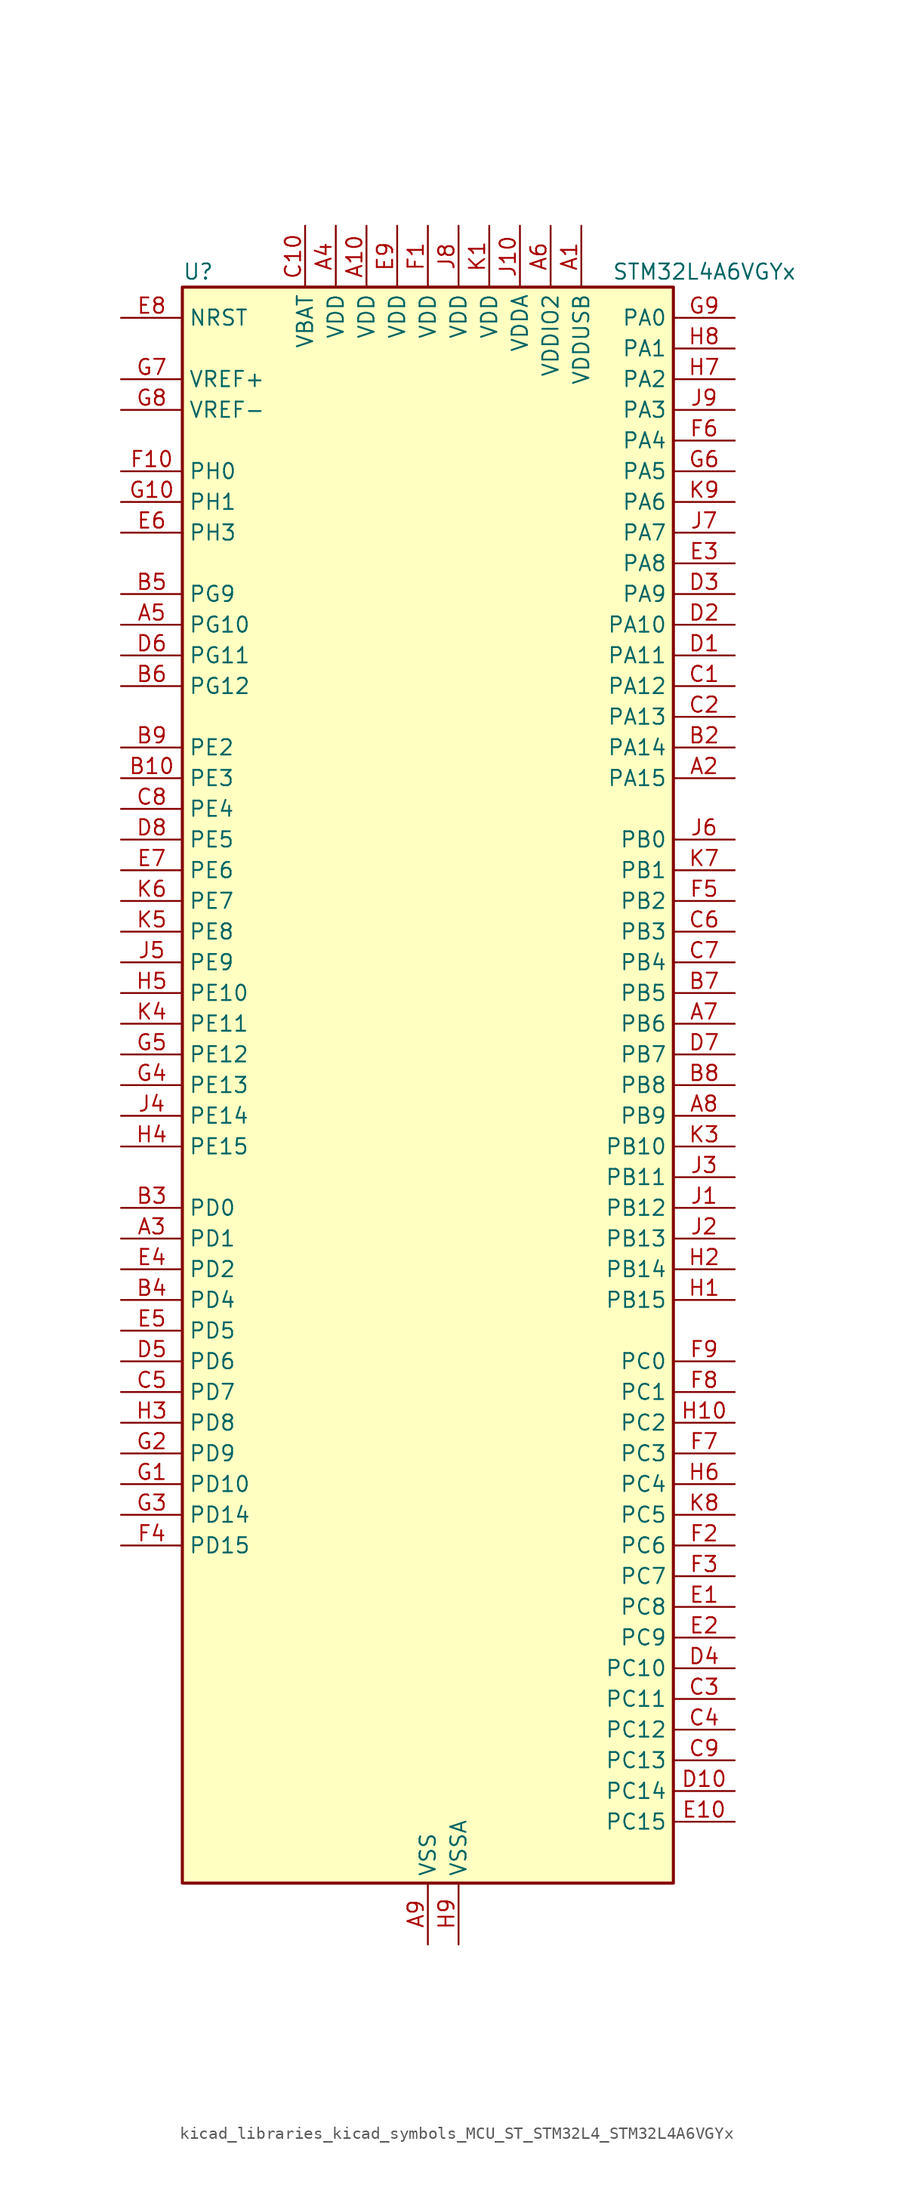
<source format=kicad_sym>
(kicad_symbol_lib
  (version 20220914)
  (generator kicad_symbol_editor)
  (symbol "kicad_libraries_kicad_symbols_MCU_ST_STM32L4_STM32L4A6VGYx"
    (property "Reference" "U"
      (at -20.32 67.31 0)
      (effects (font (size 1.27 1.27)) (justify left)))
    (property "Value" "STM32L4A6VGYx"
      (at 15.24 67.31 0)
      (effects (font (size 1.27 1.27)) (justify left)))
    (property "ki_locked" ""
      (at 0 0 0)
      (effects (font (size 1.27 1.27))))
    (symbol "kicad_libraries_kicad_symbols_MCU_ST_STM32L4_STM32L4A6VGYx_0_1"
      (rectangle (start -20.32 -66.04) (end 20.32 66.04) (stroke (width 0.254) (type default)) (fill (type background))))
    (symbol "kicad_libraries_kicad_symbols_MCU_ST_STM32L4_STM32L4A6VGYx_1_1"
      (pin power_in line (at 12.7 71.12 270) (length 5.08) (name "VDDUSB" (effects (font (size 1.27 1.27)))) (number "A1" (effects (font (size 1.27 1.27)))))
      (pin power_in line (at -5.08 71.12 270) (length 5.08) (name "VDD" (effects (font (size 1.27 1.27)))) (number "A10" (effects (font (size 1.27 1.27)))))
      (pin bidirectional line (at 25.4 25.4 180) (length 5.08) (name "PA15" (effects (font (size 1.27 1.27)))) (number "A2" (effects (font (size 1.27 1.27)))) (alternate "ADC1_EXTI15" bidirectional line) (alternate "ADC2_EXTI15" bidirectional line) (alternate "ADC3_EXTI15" bidirectional line) (alternate "LCD_SEG17" bidirectional line) (alternate "SAI2_FS_B" bidirectional line) (alternate "SPI1_NSS" bidirectional line) (alternate "SPI3_NSS" bidirectional line) (alternate "SWPMI1_SUSPEND" bidirectional line) (alternate "SYS_JTDI" bidirectional line) (alternate "TIM2_CH1" bidirectional line) (alternate "TIM2_ETR" bidirectional line) (alternate "TSC_G3_IO1" bidirectional line) (alternate "UART4_DE" bidirectional line) (alternate "UART4_RTS" bidirectional line) (alternate "USART2_RX" bidirectional line) (alternate "USART3_DE" bidirectional line) (alternate "USART3_RTS" bidirectional line))
      (pin bidirectional line (at -25.4 -12.7 0) (length 5.08) (name "PD1" (effects (font (size 1.27 1.27)))) (number "A3" (effects (font (size 1.27 1.27)))) (alternate "CAN1_TX" bidirectional line) (alternate "DFSDM1_CKIN7" bidirectional line) (alternate "FMC_D3" bidirectional line) (alternate "FMC_DA3" bidirectional line) (alternate "SPI2_SCK" bidirectional line))
      (pin power_in line (at -7.62 71.12 270) (length 5.08) (name "VDD" (effects (font (size 1.27 1.27)))) (number "A4" (effects (font (size 1.27 1.27)))))
      (pin bidirectional line (at -25.4 38.1 0) (length 5.08) (name "PG10" (effects (font (size 1.27 1.27)))) (number "A5" (effects (font (size 1.27 1.27)))) (alternate "LPTIM1_IN1" bidirectional line) (alternate "SAI2_FS_A" bidirectional line) (alternate "SPI3_MISO" bidirectional line) (alternate "TIM15_CH1" bidirectional line) (alternate "USART1_RX" bidirectional line))
      (pin power_in line (at 10.16 71.12 270) (length 5.08) (name "VDDIO2" (effects (font (size 1.27 1.27)))) (number "A6" (effects (font (size 1.27 1.27)))))
      (pin bidirectional line (at 25.4 5.08 180) (length 5.08) (name "PB6" (effects (font (size 1.27 1.27)))) (number "A7" (effects (font (size 1.27 1.27)))) (alternate "CAN2_TX" bidirectional line) (alternate "COMP2_INP" bidirectional line) (alternate "DCMI_D5" bidirectional line) (alternate "DFSDM1_DATIN5" bidirectional line) (alternate "I2C1_SCL" bidirectional line) (alternate "I2C4_SCL" bidirectional line) (alternate "LPTIM1_ETR" bidirectional line) (alternate "SAI1_FS_B" bidirectional line) (alternate "TIM16_CH1N" bidirectional line) (alternate "TIM4_CH1" bidirectional line) (alternate "TIM8_BKIN2" bidirectional line) (alternate "TIM8_BKIN2_COMP2" bidirectional line) (alternate "TSC_G2_IO3" bidirectional line) (alternate "USART1_TX" bidirectional line))
      (pin bidirectional line (at 25.4 -2.54 180) (length 5.08) (name "PB9" (effects (font (size 1.27 1.27)))) (number "A8" (effects (font (size 1.27 1.27)))) (alternate "CAN1_TX" bidirectional line) (alternate "DAC1_EXTI9" bidirectional line) (alternate "DCMI_D7" bidirectional line) (alternate "DFSDM1_CKIN6" bidirectional line) (alternate "I2C1_SDA" bidirectional line) (alternate "IR_OUT" bidirectional line) (alternate "LCD_COM3" bidirectional line) (alternate "SAI1_FS_A" bidirectional line) (alternate "SDMMC1_D5" bidirectional line) (alternate "SPI2_NSS" bidirectional line) (alternate "TIM17_CH1" bidirectional line) (alternate "TIM4_CH4" bidirectional line))
      (pin power_in line (at 0 -71.12 90) (length 5.08) (name "VSS" (effects (font (size 1.27 1.27)))) (number "A9" (effects (font (size 1.27 1.27)))))
      (pin passive line (at 0 -71.12 90) (length 5.08) hide (name "VSS" (effects (font (size 1.27 1.27)))) (number "B1" (effects (font (size 1.27 1.27)))))
      (pin bidirectional line (at -25.4 25.4 0) (length 5.08) (name "PE3" (effects (font (size 1.27 1.27)))) (number "B10" (effects (font (size 1.27 1.27)))) (alternate "FMC_A19" bidirectional line) (alternate "LCD_SEG39" bidirectional line) (alternate "SAI1_SD_B" bidirectional line) (alternate "SYS_TRACED0" bidirectional line) (alternate "TIM3_CH1" bidirectional line) (alternate "TSC_G7_IO2" bidirectional line))
      (pin bidirectional line (at 25.4 27.94 180) (length 5.08) (name "PA14" (effects (font (size 1.27 1.27)))) (number "B2" (effects (font (size 1.27 1.27)))) (alternate "I2C1_SMBA" bidirectional line) (alternate "I2C4_SMBA" bidirectional line) (alternate "LPTIM1_OUT" bidirectional line) (alternate "SAI1_FS_B" bidirectional line) (alternate "SWPMI1_RX" bidirectional line) (alternate "SYS_JTCK-SWCLK" bidirectional line) (alternate "USB_OTG_FS_SOF" bidirectional line))
      (pin bidirectional line (at -25.4 -10.16 0) (length 5.08) (name "PD0" (effects (font (size 1.27 1.27)))) (number "B3" (effects (font (size 1.27 1.27)))) (alternate "CAN1_RX" bidirectional line) (alternate "DFSDM1_DATIN7" bidirectional line) (alternate "FMC_D2" bidirectional line) (alternate "FMC_DA2" bidirectional line) (alternate "SPI2_NSS" bidirectional line))
      (pin bidirectional line (at -25.4 -17.78 0) (length 5.08) (name "PD4" (effects (font (size 1.27 1.27)))) (number "B4" (effects (font (size 1.27 1.27)))) (alternate "DFSDM1_CKIN0" bidirectional line) (alternate "FMC_NOE" bidirectional line) (alternate "QUADSPI_BK2_IO0" bidirectional line) (alternate "SPI2_MOSI" bidirectional line) (alternate "USART2_DE" bidirectional line) (alternate "USART2_RTS" bidirectional line))
      (pin bidirectional line (at -25.4 40.64 0) (length 5.08) (name "PG9" (effects (font (size 1.27 1.27)))) (number "B5" (effects (font (size 1.27 1.27)))) (alternate "DAC1_EXTI9" bidirectional line) (alternate "FMC_NCE" bidirectional line) (alternate "SAI2_SCK_A" bidirectional line) (alternate "SPI3_SCK" bidirectional line) (alternate "TIM15_CH1N" bidirectional line) (alternate "USART1_TX" bidirectional line))
      (pin bidirectional line (at -25.4 33.02 0) (length 5.08) (name "PG12" (effects (font (size 1.27 1.27)))) (number "B6" (effects (font (size 1.27 1.27)))) (alternate "LPTIM1_ETR" bidirectional line) (alternate "SAI2_SD_A" bidirectional line) (alternate "SPI3_NSS" bidirectional line) (alternate "USART1_DE" bidirectional line) (alternate "USART1_RTS" bidirectional line))
      (pin bidirectional line (at 25.4 7.62 180) (length 5.08) (name "PB5" (effects (font (size 1.27 1.27)))) (number "B7" (effects (font (size 1.27 1.27)))) (alternate "CAN2_RX" bidirectional line) (alternate "COMP2_OUT" bidirectional line) (alternate "DCMI_D10" bidirectional line) (alternate "I2C1_SMBA" bidirectional line) (alternate "LCD_SEG9" bidirectional line) (alternate "LPTIM1_IN1" bidirectional line) (alternate "SAI1_SD_B" bidirectional line) (alternate "SPI1_MOSI" bidirectional line) (alternate "SPI3_MOSI" bidirectional line) (alternate "TIM16_BKIN" bidirectional line) (alternate "TIM3_CH2" bidirectional line) (alternate "TSC_G2_IO2" bidirectional line) (alternate "UART5_CTS" bidirectional line) (alternate "USART1_CK" bidirectional line))
      (pin bidirectional line (at 25.4 0 180) (length 5.08) (name "PB8" (effects (font (size 1.27 1.27)))) (number "B8" (effects (font (size 1.27 1.27)))) (alternate "CAN1_RX" bidirectional line) (alternate "DCMI_D6" bidirectional line) (alternate "DFSDM1_DATIN6" bidirectional line) (alternate "I2C1_SCL" bidirectional line) (alternate "LCD_SEG16" bidirectional line) (alternate "SAI1_MCLK_A" bidirectional line) (alternate "SDMMC1_D4" bidirectional line) (alternate "TIM16_CH1" bidirectional line) (alternate "TIM4_CH3" bidirectional line))
      (pin bidirectional line (at -25.4 27.94 0) (length 5.08) (name "PE2" (effects (font (size 1.27 1.27)))) (number "B9" (effects (font (size 1.27 1.27)))) (alternate "FMC_A23" bidirectional line) (alternate "LCD_SEG38" bidirectional line) (alternate "SAI1_MCLK_A" bidirectional line) (alternate "SYS_TRACECLK" bidirectional line) (alternate "TIM3_ETR" bidirectional line) (alternate "TSC_G7_IO1" bidirectional line))
      (pin bidirectional line (at 25.4 33.02 180) (length 5.08) (name "PA12" (effects (font (size 1.27 1.27)))) (number "C1" (effects (font (size 1.27 1.27)))) (alternate "CAN1_TX" bidirectional line) (alternate "SPI1_MOSI" bidirectional line) (alternate "TIM1_ETR" bidirectional line) (alternate "USART1_DE" bidirectional line) (alternate "USART1_RTS" bidirectional line) (alternate "USB_OTG_FS_DP" bidirectional line))
      (pin power_in line (at -10.16 71.12 270) (length 5.08) (name "VBAT" (effects (font (size 1.27 1.27)))) (number "C10" (effects (font (size 1.27 1.27)))))
      (pin bidirectional line (at 25.4 30.48 180) (length 5.08) (name "PA13" (effects (font (size 1.27 1.27)))) (number "C2" (effects (font (size 1.27 1.27)))) (alternate "IR_OUT" bidirectional line) (alternate "SAI1_SD_B" bidirectional line) (alternate "SWPMI1_TX" bidirectional line) (alternate "SYS_JTMS-SWDIO" bidirectional line) (alternate "USB_OTG_FS_NOE" bidirectional line))
      (pin bidirectional line (at 25.4 -50.8 180) (length 5.08) (name "PC11" (effects (font (size 1.27 1.27)))) (number "C3" (effects (font (size 1.27 1.27)))) (alternate "ADC1_EXTI11" bidirectional line) (alternate "ADC2_EXTI11" bidirectional line) (alternate "ADC3_EXTI11" bidirectional line) (alternate "DCMI_D4" bidirectional line) (alternate "LCD_COM5" bidirectional line) (alternate "LCD_SEG29" bidirectional line) (alternate "LCD_SEG41" bidirectional line) (alternate "QUADSPI_BK2_NCS" bidirectional line) (alternate "SAI2_MCLK_B" bidirectional line) (alternate "SDMMC1_D3" bidirectional line) (alternate "SPI3_MISO" bidirectional line) (alternate "TSC_G3_IO3" bidirectional line) (alternate "UART4_RX" bidirectional line) (alternate "USART3_RX" bidirectional line))
      (pin bidirectional line (at 25.4 -53.34 180) (length 5.08) (name "PC12" (effects (font (size 1.27 1.27)))) (number "C4" (effects (font (size 1.27 1.27)))) (alternate "DCMI_D9" bidirectional line) (alternate "LCD_COM6" bidirectional line) (alternate "LCD_SEG30" bidirectional line) (alternate "LCD_SEG42" bidirectional line) (alternate "SAI2_SD_B" bidirectional line) (alternate "SDMMC1_CK" bidirectional line) (alternate "SPI3_MOSI" bidirectional line) (alternate "SYS_TRACED3" bidirectional line) (alternate "TSC_G3_IO4" bidirectional line) (alternate "UART5_TX" bidirectional line) (alternate "USART3_CK" bidirectional line))
      (pin bidirectional line (at -25.4 -25.4 0) (length 5.08) (name "PD7" (effects (font (size 1.27 1.27)))) (number "C5" (effects (font (size 1.27 1.27)))) (alternate "DFSDM1_CKIN1" bidirectional line) (alternate "FMC_NE1" bidirectional line) (alternate "QUADSPI_BK2_IO3" bidirectional line) (alternate "USART2_CK" bidirectional line))
      (pin bidirectional line (at 25.4 12.7 180) (length 5.08) (name "PB3" (effects (font (size 1.27 1.27)))) (number "C6" (effects (font (size 1.27 1.27)))) (alternate "COMP2_INM" bidirectional line) (alternate "CRS_SYNC" bidirectional line) (alternate "LCD_SEG7" bidirectional line) (alternate "SAI1_SCK_B" bidirectional line) (alternate "SPI1_SCK" bidirectional line) (alternate "SPI3_SCK" bidirectional line) (alternate "SYS_JTDO-SWO" bidirectional line) (alternate "TIM2_CH2" bidirectional line) (alternate "USART1_DE" bidirectional line) (alternate "USART1_RTS" bidirectional line))
      (pin bidirectional line (at 25.4 10.16 180) (length 5.08) (name "PB4" (effects (font (size 1.27 1.27)))) (number "C7" (effects (font (size 1.27 1.27)))) (alternate "COMP2_INP" bidirectional line) (alternate "DCMI_D12" bidirectional line) (alternate "I2C3_SDA" bidirectional line) (alternate "LCD_SEG8" bidirectional line) (alternate "SAI1_MCLK_B" bidirectional line) (alternate "SPI1_MISO" bidirectional line) (alternate "SPI3_MISO" bidirectional line) (alternate "SYS_JTRST" bidirectional line) (alternate "TIM17_BKIN" bidirectional line) (alternate "TIM3_CH1" bidirectional line) (alternate "TSC_G2_IO1" bidirectional line) (alternate "UART5_DE" bidirectional line) (alternate "UART5_RTS" bidirectional line) (alternate "USART1_CTS" bidirectional line))
      (pin bidirectional line (at -25.4 22.86 0) (length 5.08) (name "PE4" (effects (font (size 1.27 1.27)))) (number "C8" (effects (font (size 1.27 1.27)))) (alternate "DCMI_D4" bidirectional line) (alternate "DFSDM1_DATIN3" bidirectional line) (alternate "FMC_A20" bidirectional line) (alternate "SAI1_FS_A" bidirectional line) (alternate "SYS_TRACED1" bidirectional line) (alternate "TIM3_CH2" bidirectional line) (alternate "TSC_G7_IO3" bidirectional line))
      (pin bidirectional line (at 25.4 -55.88 180) (length 5.08) (name "PC13" (effects (font (size 1.27 1.27)))) (number "C9" (effects (font (size 1.27 1.27)))) (alternate "RTC_OUT_ALARM" bidirectional line) (alternate "RTC_OUT_CALIB" bidirectional line) (alternate "RTC_TAMP1" bidirectional line) (alternate "RTC_TS" bidirectional line) (alternate "SYS_WKUP2" bidirectional line))
      (pin bidirectional line (at 25.4 35.56 180) (length 5.08) (name "PA11" (effects (font (size 1.27 1.27)))) (number "D1" (effects (font (size 1.27 1.27)))) (alternate "ADC1_EXTI11" bidirectional line) (alternate "ADC2_EXTI11" bidirectional line) (alternate "ADC3_EXTI11" bidirectional line) (alternate "CAN1_RX" bidirectional line) (alternate "SPI1_MISO" bidirectional line) (alternate "TIM1_BKIN2" bidirectional line) (alternate "TIM1_BKIN2_COMP1" bidirectional line) (alternate "TIM1_CH4" bidirectional line) (alternate "USART1_CTS" bidirectional line) (alternate "USB_OTG_FS_DM" bidirectional line))
      (pin bidirectional line (at 25.4 -58.42 180) (length 5.08) (name "PC14" (effects (font (size 1.27 1.27)))) (number "D10" (effects (font (size 1.27 1.27)))) (alternate "RCC_OSC32_IN" bidirectional line))
      (pin bidirectional line (at 25.4 38.1 180) (length 5.08) (name "PA10" (effects (font (size 1.27 1.27)))) (number "D2" (effects (font (size 1.27 1.27)))) (alternate "DCMI_D1" bidirectional line) (alternate "LCD_COM2" bidirectional line) (alternate "SAI1_SD_A" bidirectional line) (alternate "TIM17_BKIN" bidirectional line) (alternate "TIM1_CH3" bidirectional line) (alternate "USART1_RX" bidirectional line) (alternate "USB_OTG_FS_ID" bidirectional line))
      (pin bidirectional line (at 25.4 40.64 180) (length 5.08) (name "PA9" (effects (font (size 1.27 1.27)))) (number "D3" (effects (font (size 1.27 1.27)))) (alternate "DAC1_EXTI9" bidirectional line) (alternate "DCMI_D0" bidirectional line) (alternate "LCD_COM1" bidirectional line) (alternate "SAI1_FS_A" bidirectional line) (alternate "SPI2_SCK" bidirectional line) (alternate "TIM15_BKIN" bidirectional line) (alternate "TIM1_CH2" bidirectional line) (alternate "USART1_TX" bidirectional line) (alternate "USB_OTG_FS_VBUS" bidirectional line))
      (pin bidirectional line (at 25.4 -48.26 180) (length 5.08) (name "PC10" (effects (font (size 1.27 1.27)))) (number "D4" (effects (font (size 1.27 1.27)))) (alternate "DCMI_D8" bidirectional line) (alternate "LCD_COM4" bidirectional line) (alternate "LCD_SEG28" bidirectional line) (alternate "LCD_SEG40" bidirectional line) (alternate "SAI2_SCK_B" bidirectional line) (alternate "SDMMC1_D2" bidirectional line) (alternate "SPI3_SCK" bidirectional line) (alternate "SYS_TRACED1" bidirectional line) (alternate "TSC_G3_IO2" bidirectional line) (alternate "UART4_TX" bidirectional line) (alternate "USART3_TX" bidirectional line))
      (pin bidirectional line (at -25.4 -22.86 0) (length 5.08) (name "PD6" (effects (font (size 1.27 1.27)))) (number "D5" (effects (font (size 1.27 1.27)))) (alternate "DCMI_D10" bidirectional line) (alternate "DFSDM1_DATIN1" bidirectional line) (alternate "FMC_NWAIT" bidirectional line) (alternate "QUADSPI_BK2_IO1" bidirectional line) (alternate "QUADSPI_BK2_IO2" bidirectional line) (alternate "SAI1_SD_A" bidirectional line) (alternate "USART2_RX" bidirectional line))
      (pin bidirectional line (at -25.4 35.56 0) (length 5.08) (name "PG11" (effects (font (size 1.27 1.27)))) (number "D6" (effects (font (size 1.27 1.27)))) (alternate "ADC1_EXTI11" bidirectional line) (alternate "ADC2_EXTI11" bidirectional line) (alternate "ADC3_EXTI11" bidirectional line) (alternate "LPTIM1_IN2" bidirectional line) (alternate "SAI2_MCLK_A" bidirectional line) (alternate "SPI3_MOSI" bidirectional line) (alternate "TIM15_CH2" bidirectional line) (alternate "USART1_CTS" bidirectional line))
      (pin bidirectional line (at 25.4 2.54 180) (length 5.08) (name "PB7" (effects (font (size 1.27 1.27)))) (number "D7" (effects (font (size 1.27 1.27)))) (alternate "COMP2_INM" bidirectional line) (alternate "DCMI_VSYNC" bidirectional line) (alternate "DFSDM1_CKIN5" bidirectional line) (alternate "FMC_NL" bidirectional line) (alternate "I2C1_SDA" bidirectional line) (alternate "I2C4_SDA" bidirectional line) (alternate "LCD_SEG21" bidirectional line) (alternate "LPTIM1_IN2" bidirectional line) (alternate "SYS_PVD_IN" bidirectional line) (alternate "TIM17_CH1N" bidirectional line) (alternate "TIM4_CH2" bidirectional line) (alternate "TIM8_BKIN" bidirectional line) (alternate "TIM8_BKIN_COMP1" bidirectional line) (alternate "TSC_G2_IO4" bidirectional line) (alternate "UART4_CTS" bidirectional line) (alternate "USART1_RX" bidirectional line))
      (pin bidirectional line (at -25.4 20.32 0) (length 5.08) (name "PE5" (effects (font (size 1.27 1.27)))) (number "D8" (effects (font (size 1.27 1.27)))) (alternate "DCMI_D6" bidirectional line) (alternate "DFSDM1_CKIN3" bidirectional line) (alternate "FMC_A21" bidirectional line) (alternate "SAI1_SCK_A" bidirectional line) (alternate "SYS_TRACED2" bidirectional line) (alternate "TIM3_CH3" bidirectional line) (alternate "TSC_G7_IO4" bidirectional line))
      (pin passive line (at 0 -71.12 90) (length 5.08) hide (name "VSS" (effects (font (size 1.27 1.27)))) (number "D9" (effects (font (size 1.27 1.27)))))
      (pin bidirectional line (at 25.4 -43.18 180) (length 5.08) (name "PC8" (effects (font (size 1.27 1.27)))) (number "E1" (effects (font (size 1.27 1.27)))) (alternate "DCMI_D2" bidirectional line) (alternate "LCD_SEG26" bidirectional line) (alternate "SDMMC1_D0" bidirectional line) (alternate "TIM3_CH3" bidirectional line) (alternate "TIM8_CH3" bidirectional line) (alternate "TSC_G4_IO3" bidirectional line))
      (pin bidirectional line (at 25.4 -60.96 180) (length 5.08) (name "PC15" (effects (font (size 1.27 1.27)))) (number "E10" (effects (font (size 1.27 1.27)))) (alternate "ADC1_EXTI15" bidirectional line) (alternate "ADC2_EXTI15" bidirectional line) (alternate "ADC3_EXTI15" bidirectional line) (alternate "RCC_OSC32_OUT" bidirectional line))
      (pin bidirectional line (at 25.4 -45.72 180) (length 5.08) (name "PC9" (effects (font (size 1.27 1.27)))) (number "E2" (effects (font (size 1.27 1.27)))) (alternate "DAC1_EXTI9" bidirectional line) (alternate "DCMI_D3" bidirectional line) (alternate "I2C3_SDA" bidirectional line) (alternate "LCD_SEG27" bidirectional line) (alternate "SAI2_EXTCLK" bidirectional line) (alternate "SDMMC1_D1" bidirectional line) (alternate "TIM3_CH4" bidirectional line) (alternate "TIM8_BKIN2" bidirectional line) (alternate "TIM8_BKIN2_COMP1" bidirectional line) (alternate "TIM8_CH4" bidirectional line) (alternate "TSC_G4_IO4" bidirectional line) (alternate "USB_OTG_FS_NOE" bidirectional line))
      (pin bidirectional line (at 25.4 43.18 180) (length 5.08) (name "PA8" (effects (font (size 1.27 1.27)))) (number "E3" (effects (font (size 1.27 1.27)))) (alternate "LCD_COM0" bidirectional line) (alternate "LPTIM2_OUT" bidirectional line) (alternate "RCC_MCO" bidirectional line) (alternate "SAI1_SCK_A" bidirectional line) (alternate "SWPMI1_IO" bidirectional line) (alternate "TIM1_CH1" bidirectional line) (alternate "USART1_CK" bidirectional line) (alternate "USB_OTG_FS_SOF" bidirectional line))
      (pin bidirectional line (at -25.4 -15.24 0) (length 5.08) (name "PD2" (effects (font (size 1.27 1.27)))) (number "E4" (effects (font (size 1.27 1.27)))) (alternate "DCMI_D11" bidirectional line) (alternate "LCD_COM7" bidirectional line) (alternate "LCD_SEG31" bidirectional line) (alternate "LCD_SEG43" bidirectional line) (alternate "SDMMC1_CMD" bidirectional line) (alternate "SYS_TRACED2" bidirectional line) (alternate "TIM3_ETR" bidirectional line) (alternate "TSC_SYNC" bidirectional line) (alternate "UART5_RX" bidirectional line) (alternate "USART3_DE" bidirectional line) (alternate "USART3_RTS" bidirectional line))
      (pin bidirectional line (at -25.4 -20.32 0) (length 5.08) (name "PD5" (effects (font (size 1.27 1.27)))) (number "E5" (effects (font (size 1.27 1.27)))) (alternate "FMC_NWE" bidirectional line) (alternate "QUADSPI_BK2_IO1" bidirectional line) (alternate "USART2_TX" bidirectional line))
      (pin bidirectional line (at -25.4 45.72 0) (length 5.08) (name "PH3" (effects (font (size 1.27 1.27)))) (number "E6" (effects (font (size 1.27 1.27)))))
      (pin bidirectional line (at -25.4 17.78 0) (length 5.08) (name "PE6" (effects (font (size 1.27 1.27)))) (number "E7" (effects (font (size 1.27 1.27)))) (alternate "DCMI_D7" bidirectional line) (alternate "FMC_A22" bidirectional line) (alternate "RTC_TAMP3" bidirectional line) (alternate "SAI1_SD_A" bidirectional line) (alternate "SYS_TRACED3" bidirectional line) (alternate "SYS_WKUP3" bidirectional line) (alternate "TIM3_CH4" bidirectional line))
      (pin input line (at -25.4 63.5 0) (length 5.08) (name "NRST" (effects (font (size 1.27 1.27)))) (number "E8" (effects (font (size 1.27 1.27)))))
      (pin power_in line (at -2.54 71.12 270) (length 5.08) (name "VDD" (effects (font (size 1.27 1.27)))) (number "E9" (effects (font (size 1.27 1.27)))))
      (pin power_in line (at 0 71.12 270) (length 5.08) (name "VDD" (effects (font (size 1.27 1.27)))) (number "F1" (effects (font (size 1.27 1.27)))))
      (pin bidirectional line (at -25.4 50.8 0) (length 5.08) (name "PH0" (effects (font (size 1.27 1.27)))) (number "F10" (effects (font (size 1.27 1.27)))) (alternate "RCC_OSC_IN" bidirectional line))
      (pin bidirectional line (at 25.4 -38.1 180) (length 5.08) (name "PC6" (effects (font (size 1.27 1.27)))) (number "F2" (effects (font (size 1.27 1.27)))) (alternate "DCMI_D0" bidirectional line) (alternate "DFSDM1_CKIN3" bidirectional line) (alternate "LCD_SEG24" bidirectional line) (alternate "SAI2_MCLK_A" bidirectional line) (alternate "SDMMC1_D6" bidirectional line) (alternate "TIM3_CH1" bidirectional line) (alternate "TIM8_CH1" bidirectional line) (alternate "TSC_G4_IO1" bidirectional line))
      (pin bidirectional line (at 25.4 -40.64 180) (length 5.08) (name "PC7" (effects (font (size 1.27 1.27)))) (number "F3" (effects (font (size 1.27 1.27)))) (alternate "DCMI_D1" bidirectional line) (alternate "DFSDM1_DATIN3" bidirectional line) (alternate "LCD_SEG25" bidirectional line) (alternate "SAI2_MCLK_B" bidirectional line) (alternate "SDMMC1_D7" bidirectional line) (alternate "TIM3_CH2" bidirectional line) (alternate "TIM8_CH2" bidirectional line) (alternate "TSC_G4_IO2" bidirectional line))
      (pin bidirectional line (at -25.4 -38.1 0) (length 5.08) (name "PD15" (effects (font (size 1.27 1.27)))) (number "F4" (effects (font (size 1.27 1.27)))) (alternate "ADC1_EXTI15" bidirectional line) (alternate "ADC2_EXTI15" bidirectional line) (alternate "ADC3_EXTI15" bidirectional line) (alternate "FMC_D1" bidirectional line) (alternate "FMC_DA1" bidirectional line) (alternate "LCD_SEG35" bidirectional line) (alternate "TIM4_CH4" bidirectional line))
      (pin bidirectional line (at 25.4 15.24 180) (length 5.08) (name "PB2" (effects (font (size 1.27 1.27)))) (number "F5" (effects (font (size 1.27 1.27)))) (alternate "COMP1_INP" bidirectional line) (alternate "DFSDM1_CKIN0" bidirectional line) (alternate "I2C3_SMBA" bidirectional line) (alternate "LCD_VLCD" bidirectional line) (alternate "LPTIM1_OUT" bidirectional line) (alternate "RTC_OUT_ALARM" bidirectional line) (alternate "RTC_OUT_CALIB" bidirectional line))
      (pin bidirectional line (at 25.4 53.34 180) (length 5.08) (name "PA4" (effects (font (size 1.27 1.27)))) (number "F6" (effects (font (size 1.27 1.27)))) (alternate "ADC1_IN9" bidirectional line) (alternate "ADC2_IN9" bidirectional line) (alternate "DAC1_OUT1" bidirectional line) (alternate "DCMI_HSYNC" bidirectional line) (alternate "LPTIM2_OUT" bidirectional line) (alternate "SAI1_FS_B" bidirectional line) (alternate "SPI1_NSS" bidirectional line) (alternate "SPI3_NSS" bidirectional line) (alternate "USART2_CK" bidirectional line))
      (pin bidirectional line (at 25.4 -30.48 180) (length 5.08) (name "PC3" (effects (font (size 1.27 1.27)))) (number "F7" (effects (font (size 1.27 1.27)))) (alternate "ADC1_IN4" bidirectional line) (alternate "ADC2_IN4" bidirectional line) (alternate "ADC3_IN4" bidirectional line) (alternate "LCD_VLCD" bidirectional line) (alternate "LPTIM1_ETR" bidirectional line) (alternate "LPTIM2_ETR" bidirectional line) (alternate "QUADSPI_BK2_IO2" bidirectional line) (alternate "SAI1_SD_A" bidirectional line) (alternate "SPI2_MOSI" bidirectional line))
      (pin bidirectional line (at 25.4 -25.4 180) (length 5.08) (name "PC1" (effects (font (size 1.27 1.27)))) (number "F8" (effects (font (size 1.27 1.27)))) (alternate "ADC1_IN2" bidirectional line) (alternate "ADC2_IN2" bidirectional line) (alternate "ADC3_IN2" bidirectional line) (alternate "DFSDM1_CKIN4" bidirectional line) (alternate "I2C3_SDA" bidirectional line) (alternate "I2C4_SDA" bidirectional line) (alternate "LCD_SEG19" bidirectional line) (alternate "LPTIM1_OUT" bidirectional line) (alternate "LPUART1_TX" bidirectional line) (alternate "QUADSPI_BK2_IO0" bidirectional line) (alternate "SAI1_SD_A" bidirectional line) (alternate "SPI2_MOSI" bidirectional line) (alternate "SYS_TRACED0" bidirectional line))
      (pin bidirectional line (at 25.4 -22.86 180) (length 5.08) (name "PC0" (effects (font (size 1.27 1.27)))) (number "F9" (effects (font (size 1.27 1.27)))) (alternate "ADC1_IN1" bidirectional line) (alternate "ADC2_IN1" bidirectional line) (alternate "ADC3_IN1" bidirectional line) (alternate "DFSDM1_DATIN4" bidirectional line) (alternate "I2C3_SCL" bidirectional line) (alternate "I2C4_SCL" bidirectional line) (alternate "LCD_SEG18" bidirectional line) (alternate "LPTIM1_IN1" bidirectional line) (alternate "LPTIM2_IN1" bidirectional line) (alternate "LPUART1_RX" bidirectional line))
      (pin bidirectional line (at -25.4 -33.02 0) (length 5.08) (name "PD10" (effects (font (size 1.27 1.27)))) (number "G1" (effects (font (size 1.27 1.27)))) (alternate "FMC_D15" bidirectional line) (alternate "FMC_DA15" bidirectional line) (alternate "LCD_SEG30" bidirectional line) (alternate "SAI2_SCK_A" bidirectional line) (alternate "USART3_CK" bidirectional line))
      (pin bidirectional line (at -25.4 48.26 0) (length 5.08) (name "PH1" (effects (font (size 1.27 1.27)))) (number "G10" (effects (font (size 1.27 1.27)))) (alternate "RCC_OSC_OUT" bidirectional line))
      (pin bidirectional line (at -25.4 -30.48 0) (length 5.08) (name "PD9" (effects (font (size 1.27 1.27)))) (number "G2" (effects (font (size 1.27 1.27)))) (alternate "DAC1_EXTI9" bidirectional line) (alternate "DCMI_PIXCLK" bidirectional line) (alternate "FMC_D14" bidirectional line) (alternate "FMC_DA14" bidirectional line) (alternate "LCD_SEG29" bidirectional line) (alternate "SAI2_MCLK_A" bidirectional line) (alternate "USART3_RX" bidirectional line))
      (pin bidirectional line (at -25.4 -35.56 0) (length 5.08) (name "PD14" (effects (font (size 1.27 1.27)))) (number "G3" (effects (font (size 1.27 1.27)))) (alternate "FMC_D0" bidirectional line) (alternate "FMC_DA0" bidirectional line) (alternate "LCD_SEG34" bidirectional line) (alternate "TIM4_CH3" bidirectional line))
      (pin bidirectional line (at -25.4 0 0) (length 5.08) (name "PE13" (effects (font (size 1.27 1.27)))) (number "G4" (effects (font (size 1.27 1.27)))) (alternate "DFSDM1_CKIN5" bidirectional line) (alternate "FMC_D10" bidirectional line) (alternate "FMC_DA10" bidirectional line) (alternate "QUADSPI_BK1_IO1" bidirectional line) (alternate "SPI1_SCK" bidirectional line) (alternate "TIM1_CH3" bidirectional line) (alternate "TSC_G5_IO4" bidirectional line))
      (pin bidirectional line (at -25.4 2.54 0) (length 5.08) (name "PE12" (effects (font (size 1.27 1.27)))) (number "G5" (effects (font (size 1.27 1.27)))) (alternate "DFSDM1_DATIN5" bidirectional line) (alternate "FMC_D9" bidirectional line) (alternate "FMC_DA9" bidirectional line) (alternate "QUADSPI_BK1_IO0" bidirectional line) (alternate "SPI1_NSS" bidirectional line) (alternate "TIM1_CH3N" bidirectional line) (alternate "TSC_G5_IO3" bidirectional line))
      (pin bidirectional line (at 25.4 50.8 180) (length 5.08) (name "PA5" (effects (font (size 1.27 1.27)))) (number "G6" (effects (font (size 1.27 1.27)))) (alternate "ADC1_IN10" bidirectional line) (alternate "ADC2_IN10" bidirectional line) (alternate "DAC1_OUT2" bidirectional line) (alternate "LPTIM2_ETR" bidirectional line) (alternate "SPI1_SCK" bidirectional line) (alternate "TIM2_CH1" bidirectional line) (alternate "TIM2_ETR" bidirectional line) (alternate "TIM8_CH1N" bidirectional line))
      (pin input line (at -25.4 58.42 0) (length 5.08) (name "VREF+" (effects (font (size 1.27 1.27)))) (number "G7" (effects (font (size 1.27 1.27)))) (alternate "VREFBUF_OUT" bidirectional line))
      (pin input line (at -25.4 55.88 0) (length 5.08) (name "VREF-" (effects (font (size 1.27 1.27)))) (number "G8" (effects (font (size 1.27 1.27)))))
      (pin bidirectional line (at 25.4 63.5 180) (length 5.08) (name "PA0" (effects (font (size 1.27 1.27)))) (number "G9" (effects (font (size 1.27 1.27)))) (alternate "ADC1_IN5" bidirectional line) (alternate "ADC2_IN5" bidirectional line) (alternate "OPAMP1_VINP" bidirectional line) (alternate "RTC_TAMP2" bidirectional line) (alternate "SAI1_EXTCLK" bidirectional line) (alternate "SYS_WKUP1" bidirectional line) (alternate "TIM2_CH1" bidirectional line) (alternate "TIM2_ETR" bidirectional line) (alternate "TIM5_CH1" bidirectional line) (alternate "TIM8_ETR" bidirectional line) (alternate "UART4_TX" bidirectional line) (alternate "USART2_CTS" bidirectional line))
      (pin bidirectional line (at 25.4 -17.78 180) (length 5.08) (name "PB15" (effects (font (size 1.27 1.27)))) (number "H1" (effects (font (size 1.27 1.27)))) (alternate "ADC1_EXTI15" bidirectional line) (alternate "ADC2_EXTI15" bidirectional line) (alternate "ADC3_EXTI15" bidirectional line) (alternate "DFSDM1_CKIN2" bidirectional line) (alternate "LCD_SEG15" bidirectional line) (alternate "RTC_REFIN" bidirectional line) (alternate "SAI2_SD_A" bidirectional line) (alternate "SPI2_MOSI" bidirectional line) (alternate "SWPMI1_SUSPEND" bidirectional line) (alternate "TIM15_CH2" bidirectional line) (alternate "TIM1_CH3N" bidirectional line) (alternate "TIM8_CH3N" bidirectional line) (alternate "TSC_G1_IO4" bidirectional line))
      (pin bidirectional line (at 25.4 -27.94 180) (length 5.08) (name "PC2" (effects (font (size 1.27 1.27)))) (number "H10" (effects (font (size 1.27 1.27)))) (alternate "ADC1_IN3" bidirectional line) (alternate "ADC2_IN3" bidirectional line) (alternate "ADC3_IN3" bidirectional line) (alternate "DFSDM1_CKOUT" bidirectional line) (alternate "LCD_SEG20" bidirectional line) (alternate "LPTIM1_IN2" bidirectional line) (alternate "QUADSPI_BK2_IO1" bidirectional line) (alternate "SPI2_MISO" bidirectional line))
      (pin bidirectional line (at 25.4 -15.24 180) (length 5.08) (name "PB14" (effects (font (size 1.27 1.27)))) (number "H2" (effects (font (size 1.27 1.27)))) (alternate "DFSDM1_DATIN2" bidirectional line) (alternate "I2C2_SDA" bidirectional line) (alternate "LCD_SEG14" bidirectional line) (alternate "SAI2_MCLK_A" bidirectional line) (alternate "SPI2_MISO" bidirectional line) (alternate "SWPMI1_RX" bidirectional line) (alternate "TIM15_CH1" bidirectional line) (alternate "TIM1_CH2N" bidirectional line) (alternate "TIM8_CH2N" bidirectional line) (alternate "TSC_G1_IO3" bidirectional line) (alternate "USART3_DE" bidirectional line) (alternate "USART3_RTS" bidirectional line))
      (pin bidirectional line (at -25.4 -27.94 0) (length 5.08) (name "PD8" (effects (font (size 1.27 1.27)))) (number "H3" (effects (font (size 1.27 1.27)))) (alternate "DCMI_HSYNC" bidirectional line) (alternate "FMC_D13" bidirectional line) (alternate "FMC_DA13" bidirectional line) (alternate "LCD_SEG28" bidirectional line) (alternate "USART3_TX" bidirectional line))
      (pin bidirectional line (at -25.4 -5.08 0) (length 5.08) (name "PE15" (effects (font (size 1.27 1.27)))) (number "H4" (effects (font (size 1.27 1.27)))) (alternate "ADC1_EXTI15" bidirectional line) (alternate "ADC2_EXTI15" bidirectional line) (alternate "ADC3_EXTI15" bidirectional line) (alternate "FMC_D12" bidirectional line) (alternate "FMC_DA12" bidirectional line) (alternate "QUADSPI_BK1_IO3" bidirectional line) (alternate "SPI1_MOSI" bidirectional line) (alternate "TIM1_BKIN" bidirectional line) (alternate "TIM1_BKIN_COMP1" bidirectional line))
      (pin bidirectional line (at -25.4 7.62 0) (length 5.08) (name "PE10" (effects (font (size 1.27 1.27)))) (number "H5" (effects (font (size 1.27 1.27)))) (alternate "DFSDM1_DATIN4" bidirectional line) (alternate "FMC_D7" bidirectional line) (alternate "FMC_DA7" bidirectional line) (alternate "QUADSPI_CLK" bidirectional line) (alternate "SAI1_MCLK_B" bidirectional line) (alternate "TIM1_CH2N" bidirectional line) (alternate "TSC_G5_IO1" bidirectional line))
      (pin bidirectional line (at 25.4 -33.02 180) (length 5.08) (name "PC4" (effects (font (size 1.27 1.27)))) (number "H6" (effects (font (size 1.27 1.27)))) (alternate "ADC1_IN13" bidirectional line) (alternate "ADC2_IN13" bidirectional line) (alternate "COMP1_INM" bidirectional line) (alternate "LCD_SEG22" bidirectional line) (alternate "QUADSPI_BK2_IO3" bidirectional line) (alternate "USART3_TX" bidirectional line))
      (pin bidirectional line (at 25.4 58.42 180) (length 5.08) (name "PA2" (effects (font (size 1.27 1.27)))) (number "H7" (effects (font (size 1.27 1.27)))) (alternate "ADC1_IN7" bidirectional line) (alternate "ADC2_IN7" bidirectional line) (alternate "LCD_SEG1" bidirectional line) (alternate "LPUART1_TX" bidirectional line) (alternate "QUADSPI_BK1_NCS" bidirectional line) (alternate "RCC_LSCO" bidirectional line) (alternate "SAI2_EXTCLK" bidirectional line) (alternate "SYS_WKUP4" bidirectional line) (alternate "TIM15_CH1" bidirectional line) (alternate "TIM2_CH3" bidirectional line) (alternate "TIM5_CH3" bidirectional line) (alternate "USART2_TX" bidirectional line))
      (pin bidirectional line (at 25.4 60.96 180) (length 5.08) (name "PA1" (effects (font (size 1.27 1.27)))) (number "H8" (effects (font (size 1.27 1.27)))) (alternate "ADC1_IN6" bidirectional line) (alternate "ADC2_IN6" bidirectional line) (alternate "I2C1_SMBA" bidirectional line) (alternate "LCD_SEG0" bidirectional line) (alternate "OPAMP1_VINM" bidirectional line) (alternate "SPI1_SCK" bidirectional line) (alternate "TIM15_CH1N" bidirectional line) (alternate "TIM2_CH2" bidirectional line) (alternate "TIM5_CH2" bidirectional line) (alternate "UART4_RX" bidirectional line) (alternate "USART2_DE" bidirectional line) (alternate "USART2_RTS" bidirectional line))
      (pin power_in line (at 2.54 -71.12 90) (length 5.08) (name "VSSA" (effects (font (size 1.27 1.27)))) (number "H9" (effects (font (size 1.27 1.27)))))
      (pin bidirectional line (at 25.4 -10.16 180) (length 5.08) (name "PB12" (effects (font (size 1.27 1.27)))) (number "J1" (effects (font (size 1.27 1.27)))) (alternate "CAN2_RX" bidirectional line) (alternate "DFSDM1_DATIN1" bidirectional line) (alternate "I2C2_SMBA" bidirectional line) (alternate "LCD_SEG12" bidirectional line) (alternate "LPUART1_DE" bidirectional line) (alternate "LPUART1_RTS" bidirectional line) (alternate "SAI2_FS_A" bidirectional line) (alternate "SPI2_NSS" bidirectional line) (alternate "SWPMI1_IO" bidirectional line) (alternate "TIM15_BKIN" bidirectional line) (alternate "TIM1_BKIN" bidirectional line) (alternate "TIM1_BKIN_COMP2" bidirectional line) (alternate "TSC_G1_IO1" bidirectional line) (alternate "USART3_CK" bidirectional line))
      (pin power_in line (at 7.62 71.12 270) (length 5.08) (name "VDDA" (effects (font (size 1.27 1.27)))) (number "J10" (effects (font (size 1.27 1.27)))))
      (pin bidirectional line (at 25.4 -12.7 180) (length 5.08) (name "PB13" (effects (font (size 1.27 1.27)))) (number "J2" (effects (font (size 1.27 1.27)))) (alternate "CAN2_TX" bidirectional line) (alternate "DFSDM1_CKIN1" bidirectional line) (alternate "I2C2_SCL" bidirectional line) (alternate "LCD_SEG13" bidirectional line) (alternate "LPUART1_CTS" bidirectional line) (alternate "SAI2_SCK_A" bidirectional line) (alternate "SPI2_SCK" bidirectional line) (alternate "SWPMI1_TX" bidirectional line) (alternate "TIM15_CH1N" bidirectional line) (alternate "TIM1_CH1N" bidirectional line) (alternate "TSC_G1_IO2" bidirectional line) (alternate "USART3_CTS" bidirectional line))
      (pin bidirectional line (at 25.4 -7.62 180) (length 5.08) (name "PB11" (effects (font (size 1.27 1.27)))) (number "J3" (effects (font (size 1.27 1.27)))) (alternate "ADC1_EXTI11" bidirectional line) (alternate "ADC2_EXTI11" bidirectional line) (alternate "ADC3_EXTI11" bidirectional line) (alternate "COMP2_OUT" bidirectional line) (alternate "DFSDM1_CKIN7" bidirectional line) (alternate "I2C2_SDA" bidirectional line) (alternate "I2C4_SDA" bidirectional line) (alternate "LCD_SEG11" bidirectional line) (alternate "LPUART1_TX" bidirectional line) (alternate "QUADSPI_BK1_NCS" bidirectional line) (alternate "TIM2_CH4" bidirectional line) (alternate "USART3_RX" bidirectional line))
      (pin bidirectional line (at -25.4 -2.54 0) (length 5.08) (name "PE14" (effects (font (size 1.27 1.27)))) (number "J4" (effects (font (size 1.27 1.27)))) (alternate "FMC_D11" bidirectional line) (alternate "FMC_DA11" bidirectional line) (alternate "QUADSPI_BK1_IO2" bidirectional line) (alternate "SPI1_MISO" bidirectional line) (alternate "TIM1_BKIN2" bidirectional line) (alternate "TIM1_BKIN2_COMP2" bidirectional line) (alternate "TIM1_CH4" bidirectional line))
      (pin bidirectional line (at -25.4 10.16 0) (length 5.08) (name "PE9" (effects (font (size 1.27 1.27)))) (number "J5" (effects (font (size 1.27 1.27)))) (alternate "DAC1_EXTI9" bidirectional line) (alternate "DFSDM1_CKOUT" bidirectional line) (alternate "FMC_D6" bidirectional line) (alternate "FMC_DA6" bidirectional line) (alternate "SAI1_FS_B" bidirectional line) (alternate "TIM1_CH1" bidirectional line))
      (pin bidirectional line (at 25.4 20.32 180) (length 5.08) (name "PB0" (effects (font (size 1.27 1.27)))) (number "J6" (effects (font (size 1.27 1.27)))) (alternate "ADC1_IN15" bidirectional line) (alternate "ADC2_IN15" bidirectional line) (alternate "COMP1_OUT" bidirectional line) (alternate "LCD_SEG5" bidirectional line) (alternate "OPAMP2_VOUT" bidirectional line) (alternate "QUADSPI_BK1_IO1" bidirectional line) (alternate "SAI1_EXTCLK" bidirectional line) (alternate "SPI1_NSS" bidirectional line) (alternate "TIM1_CH2N" bidirectional line) (alternate "TIM3_CH3" bidirectional line) (alternate "TIM8_CH2N" bidirectional line) (alternate "USART3_CK" bidirectional line))
      (pin bidirectional line (at 25.4 45.72 180) (length 5.08) (name "PA7" (effects (font (size 1.27 1.27)))) (number "J7" (effects (font (size 1.27 1.27)))) (alternate "ADC1_IN12" bidirectional line) (alternate "ADC2_IN12" bidirectional line) (alternate "I2C3_SCL" bidirectional line) (alternate "LCD_SEG4" bidirectional line) (alternate "OPAMP2_VINM" bidirectional line) (alternate "QUADSPI_BK1_IO2" bidirectional line) (alternate "SPI1_MOSI" bidirectional line) (alternate "TIM17_CH1" bidirectional line) (alternate "TIM1_CH1N" bidirectional line) (alternate "TIM3_CH2" bidirectional line) (alternate "TIM8_CH1N" bidirectional line))
      (pin power_in line (at 2.54 71.12 270) (length 5.08) (name "VDD" (effects (font (size 1.27 1.27)))) (number "J8" (effects (font (size 1.27 1.27)))))
      (pin bidirectional line (at 25.4 55.88 180) (length 5.08) (name "PA3" (effects (font (size 1.27 1.27)))) (number "J9" (effects (font (size 1.27 1.27)))) (alternate "ADC1_IN8" bidirectional line) (alternate "ADC2_IN8" bidirectional line) (alternate "LCD_SEG2" bidirectional line) (alternate "LPUART1_RX" bidirectional line) (alternate "OPAMP1_VOUT" bidirectional line) (alternate "QUADSPI_CLK" bidirectional line) (alternate "SAI1_MCLK_A" bidirectional line) (alternate "TIM15_CH2" bidirectional line) (alternate "TIM2_CH4" bidirectional line) (alternate "TIM5_CH4" bidirectional line) (alternate "USART2_RX" bidirectional line))
      (pin power_in line (at 5.08 71.12 270) (length 5.08) (name "VDD" (effects (font (size 1.27 1.27)))) (number "K1" (effects (font (size 1.27 1.27)))))
      (pin passive line (at 0 -71.12 90) (length 5.08) hide (name "VSS" (effects (font (size 1.27 1.27)))) (number "K10" (effects (font (size 1.27 1.27)))))
      (pin passive line (at 0 -71.12 90) (length 5.08) hide (name "VSS" (effects (font (size 1.27 1.27)))) (number "K2" (effects (font (size 1.27 1.27)))))
      (pin bidirectional line (at 25.4 -5.08 180) (length 5.08) (name "PB10" (effects (font (size 1.27 1.27)))) (number "K3" (effects (font (size 1.27 1.27)))) (alternate "COMP1_OUT" bidirectional line) (alternate "DFSDM1_DATIN7" bidirectional line) (alternate "I2C2_SCL" bidirectional line) (alternate "I2C4_SCL" bidirectional line) (alternate "LCD_SEG10" bidirectional line) (alternate "LPUART1_RX" bidirectional line) (alternate "QUADSPI_CLK" bidirectional line) (alternate "SAI1_SCK_A" bidirectional line) (alternate "SPI2_SCK" bidirectional line) (alternate "TIM2_CH3" bidirectional line) (alternate "TSC_SYNC" bidirectional line) (alternate "USART3_TX" bidirectional line))
      (pin bidirectional line (at -25.4 5.08 0) (length 5.08) (name "PE11" (effects (font (size 1.27 1.27)))) (number "K4" (effects (font (size 1.27 1.27)))) (alternate "ADC1_EXTI11" bidirectional line) (alternate "ADC2_EXTI11" bidirectional line) (alternate "ADC3_EXTI11" bidirectional line) (alternate "DFSDM1_CKIN4" bidirectional line) (alternate "FMC_D8" bidirectional line) (alternate "FMC_DA8" bidirectional line) (alternate "QUADSPI_BK1_NCS" bidirectional line) (alternate "TIM1_CH2" bidirectional line) (alternate "TSC_G5_IO2" bidirectional line))
      (pin bidirectional line (at -25.4 12.7 0) (length 5.08) (name "PE8" (effects (font (size 1.27 1.27)))) (number "K5" (effects (font (size 1.27 1.27)))) (alternate "DFSDM1_CKIN2" bidirectional line) (alternate "FMC_D5" bidirectional line) (alternate "FMC_DA5" bidirectional line) (alternate "SAI1_SCK_B" bidirectional line) (alternate "TIM1_CH1N" bidirectional line))
      (pin bidirectional line (at -25.4 15.24 0) (length 5.08) (name "PE7" (effects (font (size 1.27 1.27)))) (number "K6" (effects (font (size 1.27 1.27)))) (alternate "DFSDM1_DATIN2" bidirectional line) (alternate "FMC_D4" bidirectional line) (alternate "FMC_DA4" bidirectional line) (alternate "SAI1_SD_B" bidirectional line) (alternate "TIM1_ETR" bidirectional line))
      (pin bidirectional line (at 25.4 17.78 180) (length 5.08) (name "PB1" (effects (font (size 1.27 1.27)))) (number "K7" (effects (font (size 1.27 1.27)))) (alternate "ADC1_IN16" bidirectional line) (alternate "ADC2_IN16" bidirectional line) (alternate "COMP1_INM" bidirectional line) (alternate "DFSDM1_DATIN0" bidirectional line) (alternate "LCD_SEG6" bidirectional line) (alternate "LPTIM2_IN1" bidirectional line) (alternate "LPUART1_DE" bidirectional line) (alternate "LPUART1_RTS" bidirectional line) (alternate "QUADSPI_BK1_IO0" bidirectional line) (alternate "TIM1_CH3N" bidirectional line) (alternate "TIM3_CH4" bidirectional line) (alternate "TIM8_CH3N" bidirectional line) (alternate "USART3_DE" bidirectional line) (alternate "USART3_RTS" bidirectional line))
      (pin bidirectional line (at 25.4 -35.56 180) (length 5.08) (name "PC5" (effects (font (size 1.27 1.27)))) (number "K8" (effects (font (size 1.27 1.27)))) (alternate "ADC1_IN14" bidirectional line) (alternate "ADC2_IN14" bidirectional line) (alternate "COMP1_INP" bidirectional line) (alternate "LCD_SEG23" bidirectional line) (alternate "SYS_WKUP5" bidirectional line) (alternate "USART3_RX" bidirectional line))
      (pin bidirectional line (at 25.4 48.26 180) (length 5.08) (name "PA6" (effects (font (size 1.27 1.27)))) (number "K9" (effects (font (size 1.27 1.27)))) (alternate "ADC1_IN11" bidirectional line) (alternate "ADC2_IN11" bidirectional line) (alternate "DCMI_PIXCLK" bidirectional line) (alternate "LCD_SEG3" bidirectional line) (alternate "LPUART1_CTS" bidirectional line) (alternate "OPAMP2_VINP" bidirectional line) (alternate "QUADSPI_BK1_IO3" bidirectional line) (alternate "SPI1_MISO" bidirectional line) (alternate "TIM16_CH1" bidirectional line) (alternate "TIM1_BKIN" bidirectional line) (alternate "TIM1_BKIN_COMP2" bidirectional line) (alternate "TIM3_CH1" bidirectional line) (alternate "TIM8_BKIN" bidirectional line) (alternate "TIM8_BKIN_COMP2" bidirectional line) (alternate "USART3_CTS" bidirectional line)))))
</source>
